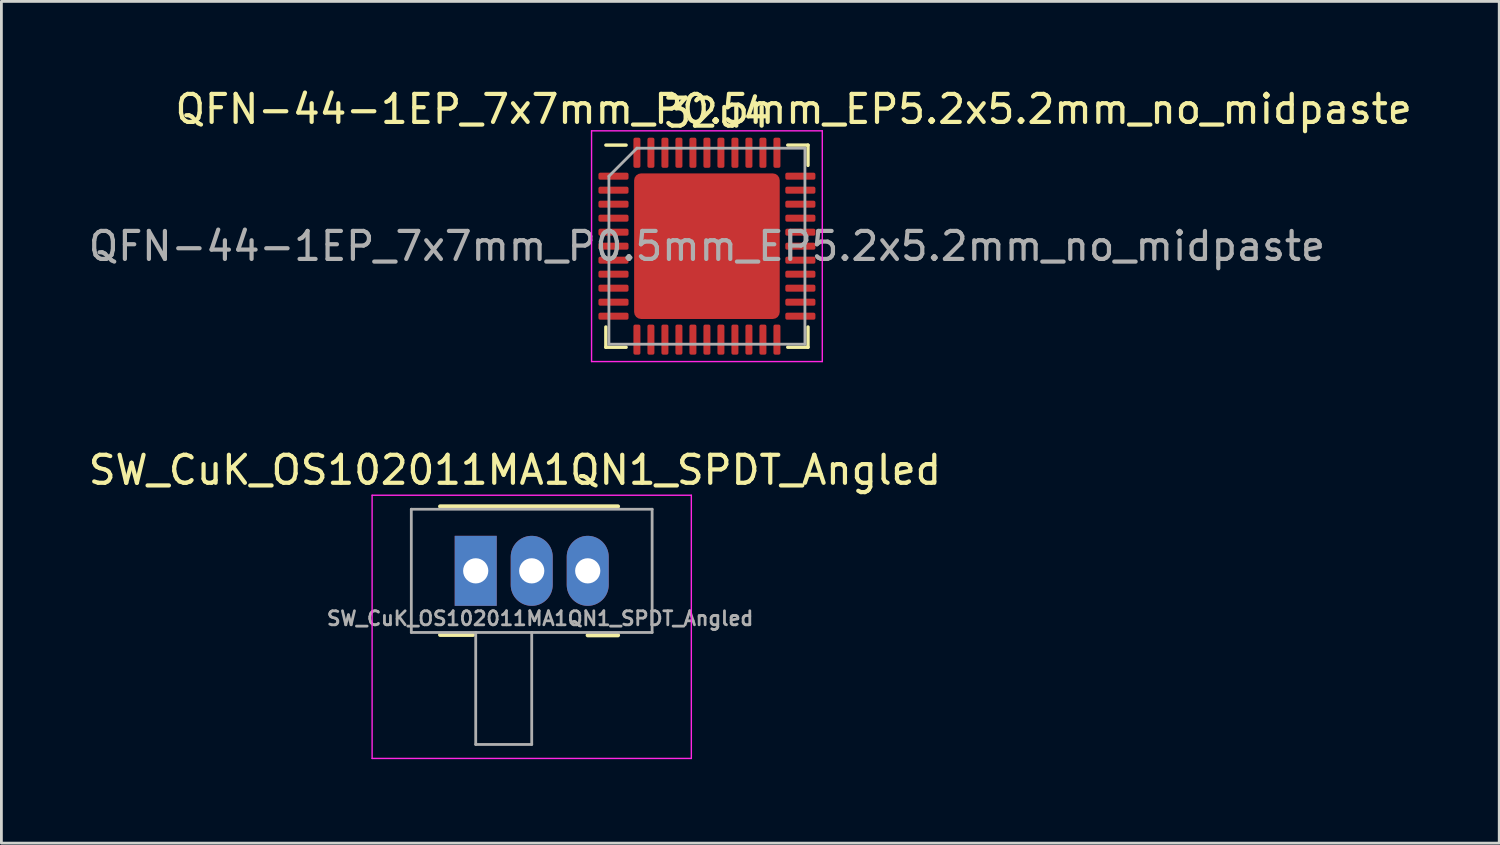
<source format=kicad_pcb>
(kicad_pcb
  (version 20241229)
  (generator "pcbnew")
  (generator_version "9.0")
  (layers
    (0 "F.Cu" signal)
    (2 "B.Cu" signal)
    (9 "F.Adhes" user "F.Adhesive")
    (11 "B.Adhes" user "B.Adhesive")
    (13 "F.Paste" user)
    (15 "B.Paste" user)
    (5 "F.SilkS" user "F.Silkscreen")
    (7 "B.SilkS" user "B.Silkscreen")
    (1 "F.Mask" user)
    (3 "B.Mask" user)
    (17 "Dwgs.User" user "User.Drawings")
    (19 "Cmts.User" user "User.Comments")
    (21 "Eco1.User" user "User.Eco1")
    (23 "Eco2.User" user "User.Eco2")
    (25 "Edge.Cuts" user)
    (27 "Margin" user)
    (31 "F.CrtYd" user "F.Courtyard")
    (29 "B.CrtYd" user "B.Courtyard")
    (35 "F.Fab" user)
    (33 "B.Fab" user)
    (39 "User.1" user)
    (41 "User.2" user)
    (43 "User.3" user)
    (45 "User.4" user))
  (footprint "SW_CuK_OS102011MA1QN1_SPDT_Angled"
    (layer "F.Cu")
    (at 13.939 17.336)
    (property "Reference" "SW_CuK_OS102011MA1QN1_SPDT_Angled" (at 1.4 -3.6 0) (layer "F.SilkS") (effects (font (size 1 1) (thickness 0.15))))
    (attr through_hole)
    (fp_line (start -1.27 -2.3) (end 5.08 -2.3) (stroke (width 0.15) (type solid)) (layer "F.SilkS"))
    (fp_line (start -1.27 2.286) (end -0.1 2.286) (stroke (width 0.15) (type solid)) (layer "F.SilkS"))
    (fp_line (start 4 2.3) (end 5.08 2.3) (stroke (width 0.15) (type solid)) (layer "F.SilkS"))
    (fp_line (start -3.7 -2.7) (end 7.7 -2.7) (stroke (width 0.05) (type solid)) (layer "F.CrtYd"))
    (fp_line (start -3.7 6.7) (end -3.7 -2.7) (stroke (width 0.05) (type solid)) (layer "F.CrtYd"))
    (fp_line (start 7.7 -2.7) (end 7.7 6.7) (stroke (width 0.05) (type solid)) (layer "F.CrtYd"))
    (fp_line (start 7.7 6.7) (end -3.7 6.7) (stroke (width 0.05) (type solid)) (layer "F.CrtYd"))
    (fp_line (start -2.3 -2.2) (end -2.3 2.2) (stroke (width 0.1) (type solid)) (layer "F.Fab"))
    (fp_line (start -2.3 -2.2) (end 6.3 -2.2) (stroke (width 0.1) (type solid)) (layer "F.Fab"))
    (fp_line (start -2.3 2.2) (end 6.3 2.2) (stroke (width 0.1) (type solid)) (layer "F.Fab"))
    (fp_line (start 0 6.2) (end 0 2.2) (stroke (width 0.1) (type solid)) (layer "F.Fab"))
    (fp_line (start 2 2.2) (end 2 6.2) (stroke (width 0.1) (type solid)) (layer "F.Fab"))
    (fp_line (start 2 6.2) (end 0 6.2) (stroke (width 0.1) (type solid)) (layer "F.Fab"))
    (fp_line (start 6.3 2.2) (end 6.3 -2.2) (stroke (width 0.1) (type solid)) (layer "F.Fab"))
    (fp_text user "${REFERENCE}" (at 2.3 1.7 0) (layer "F.Fab") (effects (font (size 0.5 0.5) (thickness 0.1))))
    (pad "1" thru_hole rect (at 0 0) (size 1.5 2.5) (drill 0.9) (layers "*.Cu" "*.Mask"))
    (pad "2" thru_hole oval (at 2 0) (size 1.5 2.5) (drill 0.9) (layers "*.Cu" "*.Mask"))
    (pad "3" thru_hole oval (at 4 0) (size 1.5 2.5) (drill 0.9) (layers "*.Cu" "*.Mask")))
  (footprint "QFN-44-1EP_7x7mm_P0.5mm_EP5.2x5.2mm_no_midpaste"
    (layer "F.Cu")
    (at 22.196 5.742)
    (property "Reference" "QFN-44-1EP_7x7mm_P0.5mm_EP5.2x5.2mm_no_midpaste" (at 3.098 -4.894 180) (layer "F.SilkS") (effects (font (size 1 1) (thickness 0.15))))
    (attr smd)
    (fp_line (start -3.61 3.61) (end -3.61 2.885) (stroke (width 0.12) (type solid)) (layer "F.SilkS"))
    (fp_line (start -2.885 -3.61) (end -3.61 -3.61) (stroke (width 0.12) (type solid)) (layer "F.SilkS"))
    (fp_line (start -2.885 3.61) (end -3.61 3.61) (stroke (width 0.12) (type solid)) (layer "F.SilkS"))
    (fp_line (start 2.885 -3.61) (end 3.61 -3.61) (stroke (width 0.12) (type solid)) (layer "F.SilkS"))
    (fp_line (start 2.885 3.61) (end 3.61 3.61) (stroke (width 0.12) (type solid)) (layer "F.SilkS"))
    (fp_line (start 3.61 -3.61) (end 3.61 -2.885) (stroke (width 0.12) (type solid)) (layer "F.SilkS"))
    (fp_line (start 3.61 3.61) (end 3.61 2.885) (stroke (width 0.12) (type solid)) (layer "F.SilkS"))
    (fp_line (start -4.12 -4.12) (end -4.12 4.12) (stroke (width 0.05) (type solid)) (layer "F.CrtYd"))
    (fp_line (start -4.12 4.12) (end 4.12 4.12) (stroke (width 0.05) (type solid)) (layer "F.CrtYd"))
    (fp_line (start 4.12 -4.12) (end -4.12 -4.12) (stroke (width 0.05) (type solid)) (layer "F.CrtYd"))
    (fp_line (start 4.12 4.12) (end 4.12 -4.12) (stroke (width 0.05) (type solid)) (layer "F.CrtYd"))
    (fp_line (start -3.5 -2.5) (end -2.5 -3.5) (stroke (width 0.1) (type solid)) (layer "F.Fab"))
    (fp_line (start -3.5 3.5) (end -3.5 -2.5) (stroke (width 0.1) (type solid)) (layer "F.Fab"))
    (fp_line (start -2.5 -3.5) (end 3.5 -3.5) (stroke (width 0.1) (type solid)) (layer "F.Fab"))
    (fp_line (start 3.5 -3.5) (end 3.5 3.5) (stroke (width 0.1) (type solid)) (layer "F.Fab"))
    (fp_line (start 3.5 3.5) (end -3.5 3.5) (stroke (width 0.1) (type solid)) (layer "F.Fab"))
    (fp_text user "32u4" (at 0.359 -4.76 180) (layer "F.SilkS") (effects (font (size 1 1) (thickness 0.15))))
    (fp_text user "${REFERENCE}" (at 0 0 180) (layer "F.Fab") (effects (font (size 1 1) (thickness 0.15))))
    (pad "1" smd roundrect (at -3.337 -2.5) (size 1.075 0.25) (layers "F.Cu" "F.Mask" "F.Paste") (roundrect_rratio 0.25))
    (pad "2" smd roundrect (at -3.337 -2) (size 1.075 0.25) (layers "F.Cu" "F.Mask" "F.Paste") (roundrect_rratio 0.25))
    (pad "3" smd roundrect (at -3.337 -1.5) (size 1.075 0.25) (layers "F.Cu" "F.Mask" "F.Paste") (roundrect_rratio 0.25))
    (pad "4" smd roundrect (at -3.337 -1) (size 1.075 0.25) (layers "F.Cu" "F.Mask" "F.Paste") (roundrect_rratio 0.25))
    (pad "5" smd roundrect (at -3.337 -0.5) (size 1.075 0.25) (layers "F.Cu" "F.Mask" "F.Paste") (roundrect_rratio 0.25))
    (pad "6" smd roundrect (at -3.337 0) (size 1.075 0.25) (layers "F.Cu" "F.Mask" "F.Paste") (roundrect_rratio 0.25))
    (pad "7" smd roundrect (at -3.337 0.5) (size 1.075 0.25) (layers "F.Cu" "F.Mask" "F.Paste") (roundrect_rratio 0.25))
    (pad "8" smd roundrect (at -3.337 1) (size 1.075 0.25) (layers "F.Cu" "F.Mask" "F.Paste") (roundrect_rratio 0.25))
    (pad "9" smd roundrect (at -3.337 1.5) (size 1.075 0.25) (layers "F.Cu" "F.Mask" "F.Paste") (roundrect_rratio 0.25))
    (pad "10" smd roundrect (at -3.337 2) (size 1.075 0.25) (layers "F.Cu" "F.Mask" "F.Paste") (roundrect_rratio 0.25))
    (pad "11" smd roundrect (at -3.337 2.5) (size 1.075 0.25) (layers "F.Cu" "F.Mask" "F.Paste") (roundrect_rratio 0.25))
    (pad "12" smd roundrect (at -2.5 3.337) (size 0.25 1.075) (layers "F.Cu" "F.Mask" "F.Paste") (roundrect_rratio 0.25))
    (pad "13" smd roundrect (at -2 3.337) (size 0.25 1.075) (layers "F.Cu" "F.Mask" "F.Paste") (roundrect_rratio 0.25))
    (pad "14" smd roundrect (at -1.5 3.337) (size 0.25 1.075) (layers "F.Cu" "F.Mask" "F.Paste") (roundrect_rratio 0.25))
    (pad "15" smd roundrect (at -1 3.337) (size 0.25 1.075) (layers "F.Cu" "F.Mask" "F.Paste") (roundrect_rratio 0.25))
    (pad "16" smd roundrect (at -0.5 3.337) (size 0.25 1.075) (layers "F.Cu" "F.Mask" "F.Paste") (roundrect_rratio 0.25))
    (pad "17" smd roundrect (at 0 3.337) (size 0.25 1.075) (layers "F.Cu" "F.Mask" "F.Paste") (roundrect_rratio 0.25))
    (pad "18" smd roundrect (at 0.5 3.337) (size 0.25 1.075) (layers "F.Cu" "F.Mask" "F.Paste") (roundrect_rratio 0.25))
    (pad "19" smd roundrect (at 1 3.337) (size 0.25 1.075) (layers "F.Cu" "F.Mask" "F.Paste") (roundrect_rratio 0.25))
    (pad "20" smd roundrect (at 1.5 3.337) (size 0.25 1.075) (layers "F.Cu" "F.Mask" "F.Paste") (roundrect_rratio 0.25))
    (pad "21" smd roundrect (at 2 3.337) (size 0.25 1.075) (layers "F.Cu" "F.Mask" "F.Paste") (roundrect_rratio 0.25))
    (pad "22" smd roundrect (at 2.5 3.337) (size 0.25 1.075) (layers "F.Cu" "F.Mask" "F.Paste") (roundrect_rratio 0.25))
    (pad "23" smd roundrect (at 3.337 2.5) (size 1.075 0.25) (layers "F.Cu" "F.Mask" "F.Paste") (roundrect_rratio 0.25))
    (pad "24" smd roundrect (at 3.337 2) (size 1.075 0.25) (layers "F.Cu" "F.Mask" "F.Paste") (roundrect_rratio 0.25))
    (pad "25" smd roundrect (at 3.337 1.5) (size 1.075 0.25) (layers "F.Cu" "F.Mask" "F.Paste") (roundrect_rratio 0.25))
    (pad "26" smd roundrect (at 3.337 1) (size 1.075 0.25) (layers "F.Cu" "F.Mask" "F.Paste") (roundrect_rratio 0.25))
    (pad "27" smd roundrect (at 3.337 0.5) (size 1.075 0.25) (layers "F.Cu" "F.Mask" "F.Paste") (roundrect_rratio 0.25))
    (pad "28" smd roundrect (at 3.337 0) (size 1.075 0.25) (layers "F.Cu" "F.Mask" "F.Paste") (roundrect_rratio 0.25))
    (pad "29" smd roundrect (at 3.337 -0.5) (size 1.075 0.25) (layers "F.Cu" "F.Mask" "F.Paste") (roundrect_rratio 0.25))
    (pad "30" smd roundrect (at 3.337 -1) (size 1.075 0.25) (layers "F.Cu" "F.Mask" "F.Paste") (roundrect_rratio 0.25))
    (pad "31" smd roundrect (at 3.337 -1.5) (size 1.075 0.25) (layers "F.Cu" "F.Mask" "F.Paste") (roundrect_rratio 0.25))
    (pad "32" smd roundrect (at 3.337 -2) (size 1.075 0.25) (layers "F.Cu" "F.Mask" "F.Paste") (roundrect_rratio 0.25))
    (pad "33" smd roundrect (at 3.337 -2.5) (size 1.075 0.25) (layers "F.Cu" "F.Mask" "F.Paste") (roundrect_rratio 0.25))
    (pad "34" smd roundrect (at 2.5 -3.337) (size 0.25 1.075) (layers "F.Cu" "F.Mask" "F.Paste") (roundrect_rratio 0.25))
    (pad "35" smd roundrect (at 2 -3.337) (size 0.25 1.075) (layers "F.Cu" "F.Mask" "F.Paste") (roundrect_rratio 0.25))
    (pad "36" smd roundrect (at 1.5 -3.337) (size 0.25 1.075) (layers "F.Cu" "F.Mask" "F.Paste") (roundrect_rratio 0.25))
    (pad "37" smd roundrect (at 1 -3.337) (size 0.25 1.075) (layers "F.Cu" "F.Mask" "F.Paste") (roundrect_rratio 0.25))
    (pad "38" smd roundrect (at 0.5 -3.337) (size 0.25 1.075) (layers "F.Cu" "F.Mask" "F.Paste") (roundrect_rratio 0.25))
    (pad "39" smd roundrect (at 0 -3.337) (size 0.25 1.075) (layers "F.Cu" "F.Mask" "F.Paste") (roundrect_rratio 0.25))
    (pad "40" smd roundrect (at -0.5 -3.337) (size 0.25 1.075) (layers "F.Cu" "F.Mask" "F.Paste") (roundrect_rratio 0.25))
    (pad "41" smd roundrect (at -1 -3.337) (size 0.25 1.075) (layers "F.Cu" "F.Mask" "F.Paste") (roundrect_rratio 0.25))
    (pad "42" smd roundrect (at -1.5 -3.337) (size 0.25 1.075) (layers "F.Cu" "F.Mask" "F.Paste") (roundrect_rratio 0.25))
    (pad "43" smd roundrect (at -2 -3.337) (size 0.25 1.075) (layers "F.Cu" "F.Mask" "F.Paste") (roundrect_rratio 0.25))
    (pad "44" smd roundrect (at -2.5 -3.337) (size 0.25 1.075) (layers "F.Cu" "F.Mask" "F.Paste") (roundrect_rratio 0.25))
    (pad "45" smd roundrect (at 0 0) (size 5.2 5.2) (layers "F.Cu" "F.Mask") (roundrect_rratio 0.048)))
  (gr_rect
    (start -3 -3)
    (end 50.491 27.061)
    (stroke (width 0.1) (type default))
    (fill no)
    (layer "Edge.Cuts")))
</source>
